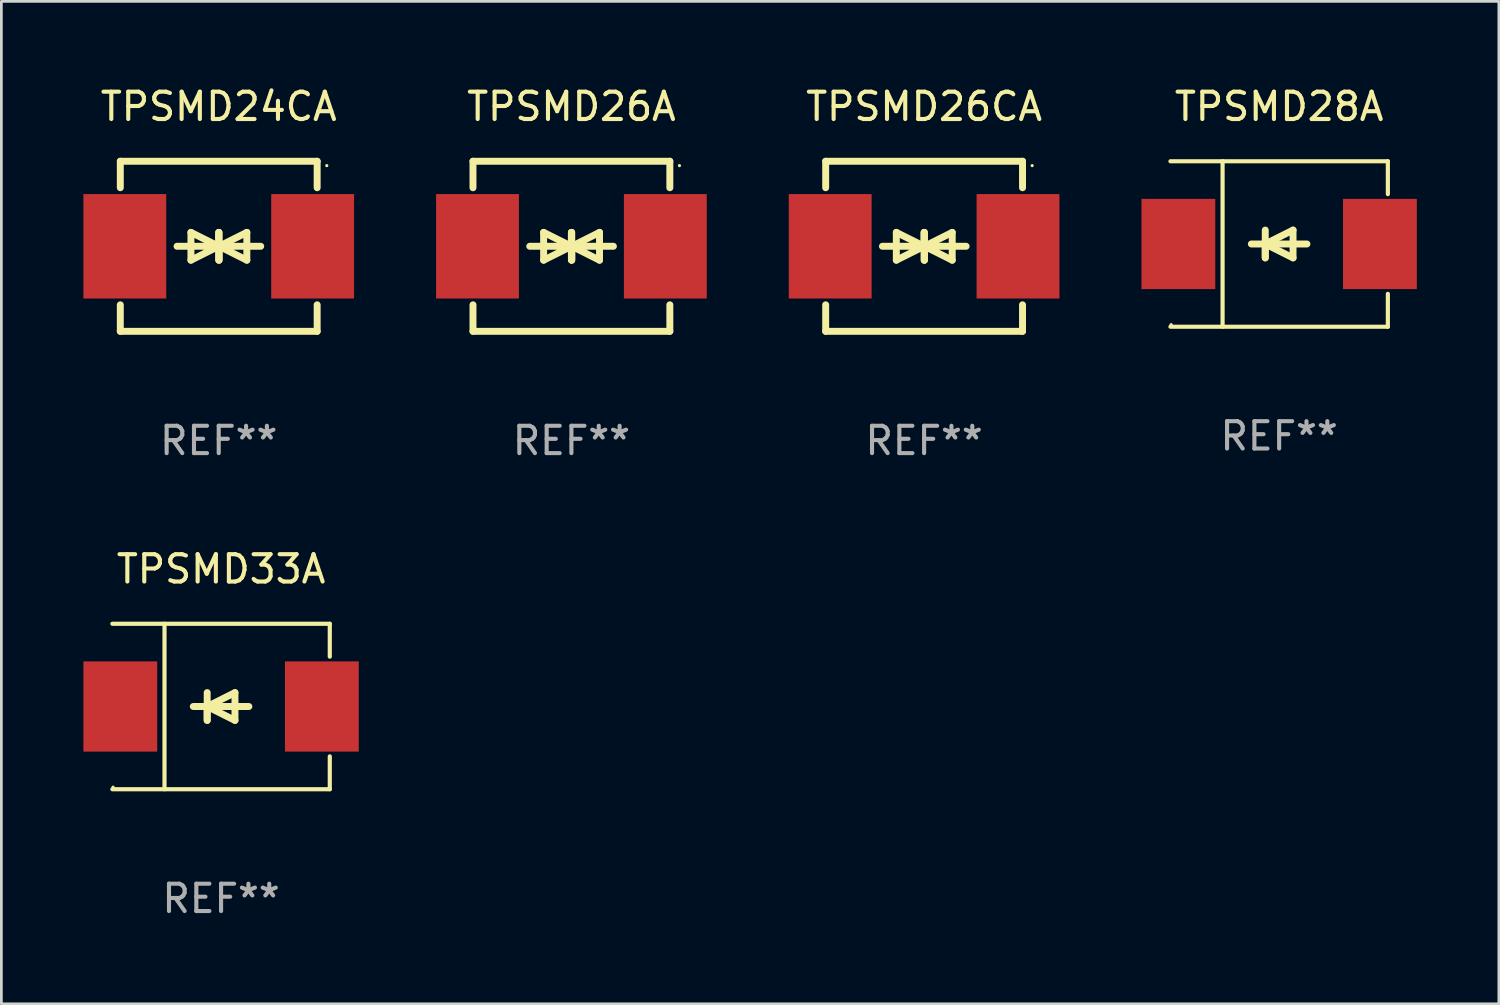
<source format=kicad_pcb>
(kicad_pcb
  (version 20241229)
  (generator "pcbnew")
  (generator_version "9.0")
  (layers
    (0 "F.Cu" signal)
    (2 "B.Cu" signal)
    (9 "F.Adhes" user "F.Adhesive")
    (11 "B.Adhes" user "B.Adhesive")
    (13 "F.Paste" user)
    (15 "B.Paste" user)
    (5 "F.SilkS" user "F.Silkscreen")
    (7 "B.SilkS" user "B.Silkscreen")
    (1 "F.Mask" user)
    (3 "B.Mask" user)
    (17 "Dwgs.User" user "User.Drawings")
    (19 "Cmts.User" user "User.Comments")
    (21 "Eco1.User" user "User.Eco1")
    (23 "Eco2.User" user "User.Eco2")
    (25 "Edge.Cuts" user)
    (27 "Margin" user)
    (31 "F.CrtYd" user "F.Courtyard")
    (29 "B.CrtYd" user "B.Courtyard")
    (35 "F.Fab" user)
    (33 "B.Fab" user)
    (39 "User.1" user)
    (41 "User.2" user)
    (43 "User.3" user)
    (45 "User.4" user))
  (footprint "TPSMD26A"
    (layer "F.Cu")
    (at 17.85 5.958)
    (property "Reference" "TPSMD26A" (at 0 -5.11 0) (layer "F.SilkS") (effects (font (size 1 1) (thickness 0.15))))
    (attr through_hole)
    (fp_line (start -3.6 -2.141) (end -3.6 -3.11) (stroke (width 0.254) (type solid)) (layer "F.SilkS"))
    (fp_line (start -3.6 3.11) (end -3.6 2.141) (stroke (width 0.254) (type solid)) (layer "F.SilkS"))
    (fp_line (start -1.524 0) (end 0.508 0) (stroke (width 0.254) (type solid)) (layer "F.SilkS"))
    (fp_line (start -1.016 -0.508) (end -1.016 0.508) (stroke (width 0.254) (type solid)) (layer "F.SilkS"))
    (fp_line (start -1.016 0.508) (end 0 0) (stroke (width 0.254) (type solid)) (layer "F.SilkS"))
    (fp_line (start 0 -0.508) (end 0 0.508) (stroke (width 0.254) (type solid)) (layer "F.SilkS"))
    (fp_line (start 0 0) (end -1.016 -0.508) (stroke (width 0.254) (type solid)) (layer "F.SilkS"))
    (fp_line (start 0 0) (end 0 -0.508) (stroke (width 0.254) (type solid)) (layer "F.SilkS"))
    (fp_line (start 0.012 0) (end 0.012 0.508) (stroke (width 0.254) (type solid)) (layer "F.SilkS"))
    (fp_line (start 0.012 0) (end 1.028 0.508) (stroke (width 0.254) (type solid)) (layer "F.SilkS"))
    (fp_line (start 0.012 0.508) (end 0.012 -0.508) (stroke (width 0.254) (type solid)) (layer "F.SilkS"))
    (fp_line (start 1.028 -0.508) (end 0.012 0) (stroke (width 0.254) (type solid)) (layer "F.SilkS"))
    (fp_line (start 1.028 0.508) (end 1.028 -0.508) (stroke (width 0.254) (type solid)) (layer "F.SilkS"))
    (fp_line (start 1.536 0) (end -0.496 0) (stroke (width 0.254) (type solid)) (layer "F.SilkS"))
    (fp_line (start 3.6 -3.11) (end -3.6 -3.11) (stroke (width 0.254) (type solid)) (layer "F.SilkS"))
    (fp_line (start 3.6 -2.141) (end 3.6 -3.11) (stroke (width 0.254) (type solid)) (layer "F.SilkS"))
    (fp_line (start 3.6 3.11) (end -3.6 3.11) (stroke (width 0.254) (type solid)) (layer "F.SilkS"))
    (fp_line (start 3.6 3.11) (end 3.6 2.141) (stroke (width 0.254) (type solid)) (layer "F.SilkS"))
    (fp_circle (center 3.952 -2.95) (end 3.982 -2.95) (stroke (width 0.06) (type solid)) (fill no) (layer "F.SilkS"))
    (fp_text user "REF**" (at 0 7.11 0) (layer "F.Fab") (effects (font (size 1 1) (thickness 0.15))))
    (pad "1" smd rect (at 3.435 0) (size 3.03 3.82) (layers "F.Cu" "F.Mask" "F.Paste"))
    (pad "2" smd rect (at -3.435 0) (size 3.03 3.82) (layers "F.Cu" "F.Mask" "F.Paste")))
  (footprint "TPSMD33A"
    (layer "F.Cu")
    (at 5.036 22.791)
    (property "Reference" "TPSMD33A" (at 0 -5.026 0) (layer "F.SilkS") (effects (font (size 1 1) (thickness 0.15))))
    (attr through_hole)
    (fp_line (start -3.976 -3.026) (end 3.976 -3.026) (stroke (width 0.152) (type solid)) (layer "F.SilkS"))
    (fp_line (start -3.976 3.026) (end 3.976 3.026) (stroke (width 0.152) (type solid)) (layer "F.SilkS"))
    (fp_line (start -2.069 -3.026) (end -2.069 3.026) (stroke (width 0.152) (type solid)) (layer "F.SilkS"))
    (fp_line (start -0.508 0) (end -0.508 0.508) (stroke (width 0.254) (type solid)) (layer "F.SilkS"))
    (fp_line (start -0.508 0) (end 0.508 0.508) (stroke (width 0.254) (type solid)) (layer "F.SilkS"))
    (fp_line (start -0.508 0.508) (end -0.508 -0.508) (stroke (width 0.254) (type solid)) (layer "F.SilkS"))
    (fp_line (start 0.508 -0.508) (end -0.508 0) (stroke (width 0.254) (type solid)) (layer "F.SilkS"))
    (fp_line (start 0.508 0.508) (end 0.508 -0.508) (stroke (width 0.254) (type solid)) (layer "F.SilkS"))
    (fp_line (start 1.016 0) (end -1.016 0) (stroke (width 0.254) (type solid)) (layer "F.SilkS"))
    (fp_line (start 3.976 -3.026) (end 3.976 -1.823) (stroke (width 0.152) (type solid)) (layer "F.SilkS"))
    (fp_line (start 3.976 3.026) (end 3.976 1.823) (stroke (width 0.152) (type solid)) (layer "F.SilkS"))
    (fp_circle (center -3.95 2.95) (end -3.92 2.95) (stroke (width 0.06) (type solid)) (fill no) (layer "F.SilkS"))
    (fp_text user "REF**" (at 0 7.026 0) (layer "F.Fab") (effects (font (size 1 1) (thickness 0.15))))
    (pad "1" smd rect (at -3.686 0) (size 2.7 3.3) (layers "F.Cu" "F.Mask" "F.Paste"))
    (pad "2" smd rect (at 3.686 0) (size 2.7 3.3) (layers "F.Cu" "F.Mask" "F.Paste")))
  (footprint "TPSMD28A"
    (layer "F.Cu")
    (at 43.736 5.874)
    (property "Reference" "TPSMD28A" (at 0 -5.026 0) (layer "F.SilkS") (effects (font (size 1 1) (thickness 0.15))))
    (attr through_hole)
    (fp_line (start -3.976 -3.026) (end 3.976 -3.026) (stroke (width 0.152) (type solid)) (layer "F.SilkS"))
    (fp_line (start -3.976 3.026) (end 3.976 3.026) (stroke (width 0.152) (type solid)) (layer "F.SilkS"))
    (fp_line (start -2.069 -3.026) (end -2.069 3.026) (stroke (width 0.152) (type solid)) (layer "F.SilkS"))
    (fp_line (start -0.508 0) (end -0.508 0.508) (stroke (width 0.254) (type solid)) (layer "F.SilkS"))
    (fp_line (start -0.508 0) (end 0.508 0.508) (stroke (width 0.254) (type solid)) (layer "F.SilkS"))
    (fp_line (start -0.508 0.508) (end -0.508 -0.508) (stroke (width 0.254) (type solid)) (layer "F.SilkS"))
    (fp_line (start 0.508 -0.508) (end -0.508 0) (stroke (width 0.254) (type solid)) (layer "F.SilkS"))
    (fp_line (start 0.508 0.508) (end 0.508 -0.508) (stroke (width 0.254) (type solid)) (layer "F.SilkS"))
    (fp_line (start 1.016 0) (end -1.016 0) (stroke (width 0.254) (type solid)) (layer "F.SilkS"))
    (fp_line (start 3.976 -3.026) (end 3.976 -1.823) (stroke (width 0.152) (type solid)) (layer "F.SilkS"))
    (fp_line (start 3.976 3.026) (end 3.976 1.823) (stroke (width 0.152) (type solid)) (layer "F.SilkS"))
    (fp_circle (center -3.95 2.95) (end -3.92 2.95) (stroke (width 0.06) (type solid)) (fill no) (layer "F.SilkS"))
    (fp_text user "REF**" (at 0 7.026 0) (layer "F.Fab") (effects (font (size 1 1) (thickness 0.15))))
    (pad "1" smd rect (at -3.686 0) (size 2.7 3.3) (layers "F.Cu" "F.Mask" "F.Paste"))
    (pad "2" smd rect (at 3.686 0) (size 2.7 3.3) (layers "F.Cu" "F.Mask" "F.Paste")))
  (footprint "TPSMD26CA"
    (layer "F.Cu")
    (at 30.75 5.958)
    (property "Reference" "TPSMD26CA" (at 0 -5.11 0) (layer "F.SilkS") (effects (font (size 1 1) (thickness 0.15))))
    (attr through_hole)
    (fp_line (start -3.6 -2.141) (end -3.6 -3.11) (stroke (width 0.254) (type solid)) (layer "F.SilkS"))
    (fp_line (start -3.6 3.11) (end -3.6 2.141) (stroke (width 0.254) (type solid)) (layer "F.SilkS"))
    (fp_line (start -1.524 0) (end 0.508 0) (stroke (width 0.254) (type solid)) (layer "F.SilkS"))
    (fp_line (start -1.016 -0.508) (end -1.016 0.508) (stroke (width 0.254) (type solid)) (layer "F.SilkS"))
    (fp_line (start -1.016 0.508) (end 0 0) (stroke (width 0.254) (type solid)) (layer "F.SilkS"))
    (fp_line (start 0 -0.508) (end 0 0.508) (stroke (width 0.254) (type solid)) (layer "F.SilkS"))
    (fp_line (start 0 0) (end -1.016 -0.508) (stroke (width 0.254) (type solid)) (layer "F.SilkS"))
    (fp_line (start 0 0) (end 0 -0.508) (stroke (width 0.254) (type solid)) (layer "F.SilkS"))
    (fp_line (start 0.012 0) (end 0.012 0.508) (stroke (width 0.254) (type solid)) (layer "F.SilkS"))
    (fp_line (start 0.012 0) (end 1.028 0.508) (stroke (width 0.254) (type solid)) (layer "F.SilkS"))
    (fp_line (start 0.012 0.508) (end 0.012 -0.508) (stroke (width 0.254) (type solid)) (layer "F.SilkS"))
    (fp_line (start 1.028 -0.508) (end 0.012 0) (stroke (width 0.254) (type solid)) (layer "F.SilkS"))
    (fp_line (start 1.028 0.508) (end 1.028 -0.508) (stroke (width 0.254) (type solid)) (layer "F.SilkS"))
    (fp_line (start 1.536 0) (end -0.496 0) (stroke (width 0.254) (type solid)) (layer "F.SilkS"))
    (fp_line (start 3.6 -3.11) (end -3.6 -3.11) (stroke (width 0.254) (type solid)) (layer "F.SilkS"))
    (fp_line (start 3.6 -2.141) (end 3.6 -3.11) (stroke (width 0.254) (type solid)) (layer "F.SilkS"))
    (fp_line (start 3.6 3.11) (end -3.6 3.11) (stroke (width 0.254) (type solid)) (layer "F.SilkS"))
    (fp_line (start 3.6 3.11) (end 3.6 2.141) (stroke (width 0.254) (type solid)) (layer "F.SilkS"))
    (fp_circle (center 3.952 -2.95) (end 3.982 -2.95) (stroke (width 0.06) (type solid)) (fill no) (layer "F.SilkS"))
    (fp_text user "REF**" (at 0 7.11 0) (layer "F.Fab") (effects (font (size 1 1) (thickness 0.15))))
    (pad "1" smd rect (at 3.435 0) (size 3.03 3.82) (layers "F.Cu" "F.Mask" "F.Paste"))
    (pad "2" smd rect (at -3.435 0) (size 3.03 3.82) (layers "F.Cu" "F.Mask" "F.Paste")))
  (footprint "TPSMD24CA"
    (layer "F.Cu")
    (at 4.95 5.958)
    (property "Reference" "TPSMD24CA" (at 0 -5.11 0) (layer "F.SilkS") (effects (font (size 1 1) (thickness 0.15))))
    (attr through_hole)
    (fp_line (start -3.6 -2.141) (end -3.6 -3.11) (stroke (width 0.254) (type solid)) (layer "F.SilkS"))
    (fp_line (start -3.6 3.11) (end -3.6 2.141) (stroke (width 0.254) (type solid)) (layer "F.SilkS"))
    (fp_line (start -1.524 0) (end 0.508 0) (stroke (width 0.254) (type solid)) (layer "F.SilkS"))
    (fp_line (start -1.016 -0.508) (end -1.016 0.508) (stroke (width 0.254) (type solid)) (layer "F.SilkS"))
    (fp_line (start -1.016 0.508) (end 0 0) (stroke (width 0.254) (type solid)) (layer "F.SilkS"))
    (fp_line (start 0 -0.508) (end 0 0.508) (stroke (width 0.254) (type solid)) (layer "F.SilkS"))
    (fp_line (start 0 0) (end -1.016 -0.508) (stroke (width 0.254) (type solid)) (layer "F.SilkS"))
    (fp_line (start 0 0) (end 0 -0.508) (stroke (width 0.254) (type solid)) (layer "F.SilkS"))
    (fp_line (start 0.012 0) (end 0.012 0.508) (stroke (width 0.254) (type solid)) (layer "F.SilkS"))
    (fp_line (start 0.012 0) (end 1.028 0.508) (stroke (width 0.254) (type solid)) (layer "F.SilkS"))
    (fp_line (start 0.012 0.508) (end 0.012 -0.508) (stroke (width 0.254) (type solid)) (layer "F.SilkS"))
    (fp_line (start 1.028 -0.508) (end 0.012 0) (stroke (width 0.254) (type solid)) (layer "F.SilkS"))
    (fp_line (start 1.028 0.508) (end 1.028 -0.508) (stroke (width 0.254) (type solid)) (layer "F.SilkS"))
    (fp_line (start 1.536 0) (end -0.496 0) (stroke (width 0.254) (type solid)) (layer "F.SilkS"))
    (fp_line (start 3.6 -3.11) (end -3.6 -3.11) (stroke (width 0.254) (type solid)) (layer "F.SilkS"))
    (fp_line (start 3.6 -2.141) (end 3.6 -3.11) (stroke (width 0.254) (type solid)) (layer "F.SilkS"))
    (fp_line (start 3.6 3.11) (end -3.6 3.11) (stroke (width 0.254) (type solid)) (layer "F.SilkS"))
    (fp_line (start 3.6 3.11) (end 3.6 2.141) (stroke (width 0.254) (type solid)) (layer "F.SilkS"))
    (fp_circle (center 3.952 -2.95) (end 3.982 -2.95) (stroke (width 0.06) (type solid)) (fill no) (layer "F.SilkS"))
    (fp_text user "REF**" (at 0 7.11 0) (layer "F.Fab") (effects (font (size 1 1) (thickness 0.15))))
    (pad "1" smd rect (at 3.435 0) (size 3.03 3.82) (layers "F.Cu" "F.Mask" "F.Paste"))
    (pad "2" smd rect (at -3.435 0) (size 3.03 3.82) (layers "F.Cu" "F.Mask" "F.Paste")))
  (gr_rect
    (start -3 -3)
    (end 51.772 33.665)
    (stroke (width 0.1) (type default))
    (fill no)
    (layer "Edge.Cuts")))
</source>
